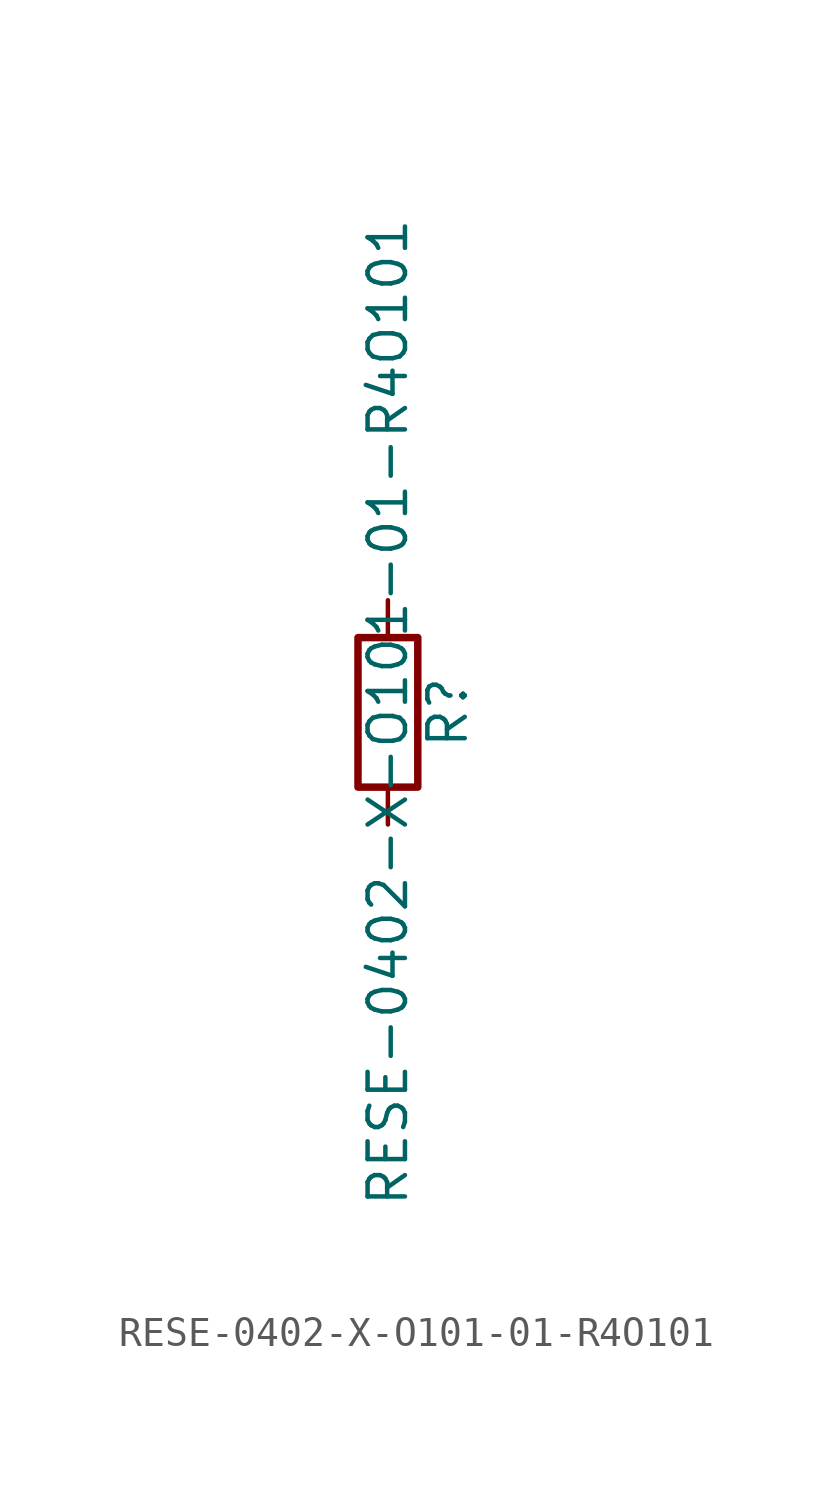
<source format=kicad_sym>
(kicad_symbol_lib
  (version 20211014)
  (generator kicad_symbol_editor)
  (symbol "RESE-0402-X-O101-01-R4O101"
    (pin_numbers hide)
    (pin_names
      (offset 0))
    (property "Reference" "R"
      (at 2.032 0 90)
      (effects (font (size 1.27 1.27))))
    (property "Value" "RESE-0402-X-O101-01-R4O101"
      (at 0 0 90)
      (effects (font (size 1.27 1.27))))
    (symbol "RESE-0402-X-O101-01-R4O101_0_1"
      (rectangle (start -1.016 -2.54) (end 1.016 2.54) (stroke (width 0.254) (type default) (color 0 0 0 0)) (fill (type none))))
    (symbol "RESE-0402-X-O101-01-R4O101_1_1"
      (pin passive line (at 0 3.81 270) (length 1.27) (name "~" (effects (font (size 1.27 1.27)))) (number "1" (effects (font (size 1.27 1.27)))))
      (pin passive line (at 0 -3.81 90) (length 1.27) (name "~" (effects (font (size 1.27 1.27)))) (number "2" (effects (font (size 1.27 1.27))))))))
</source>
